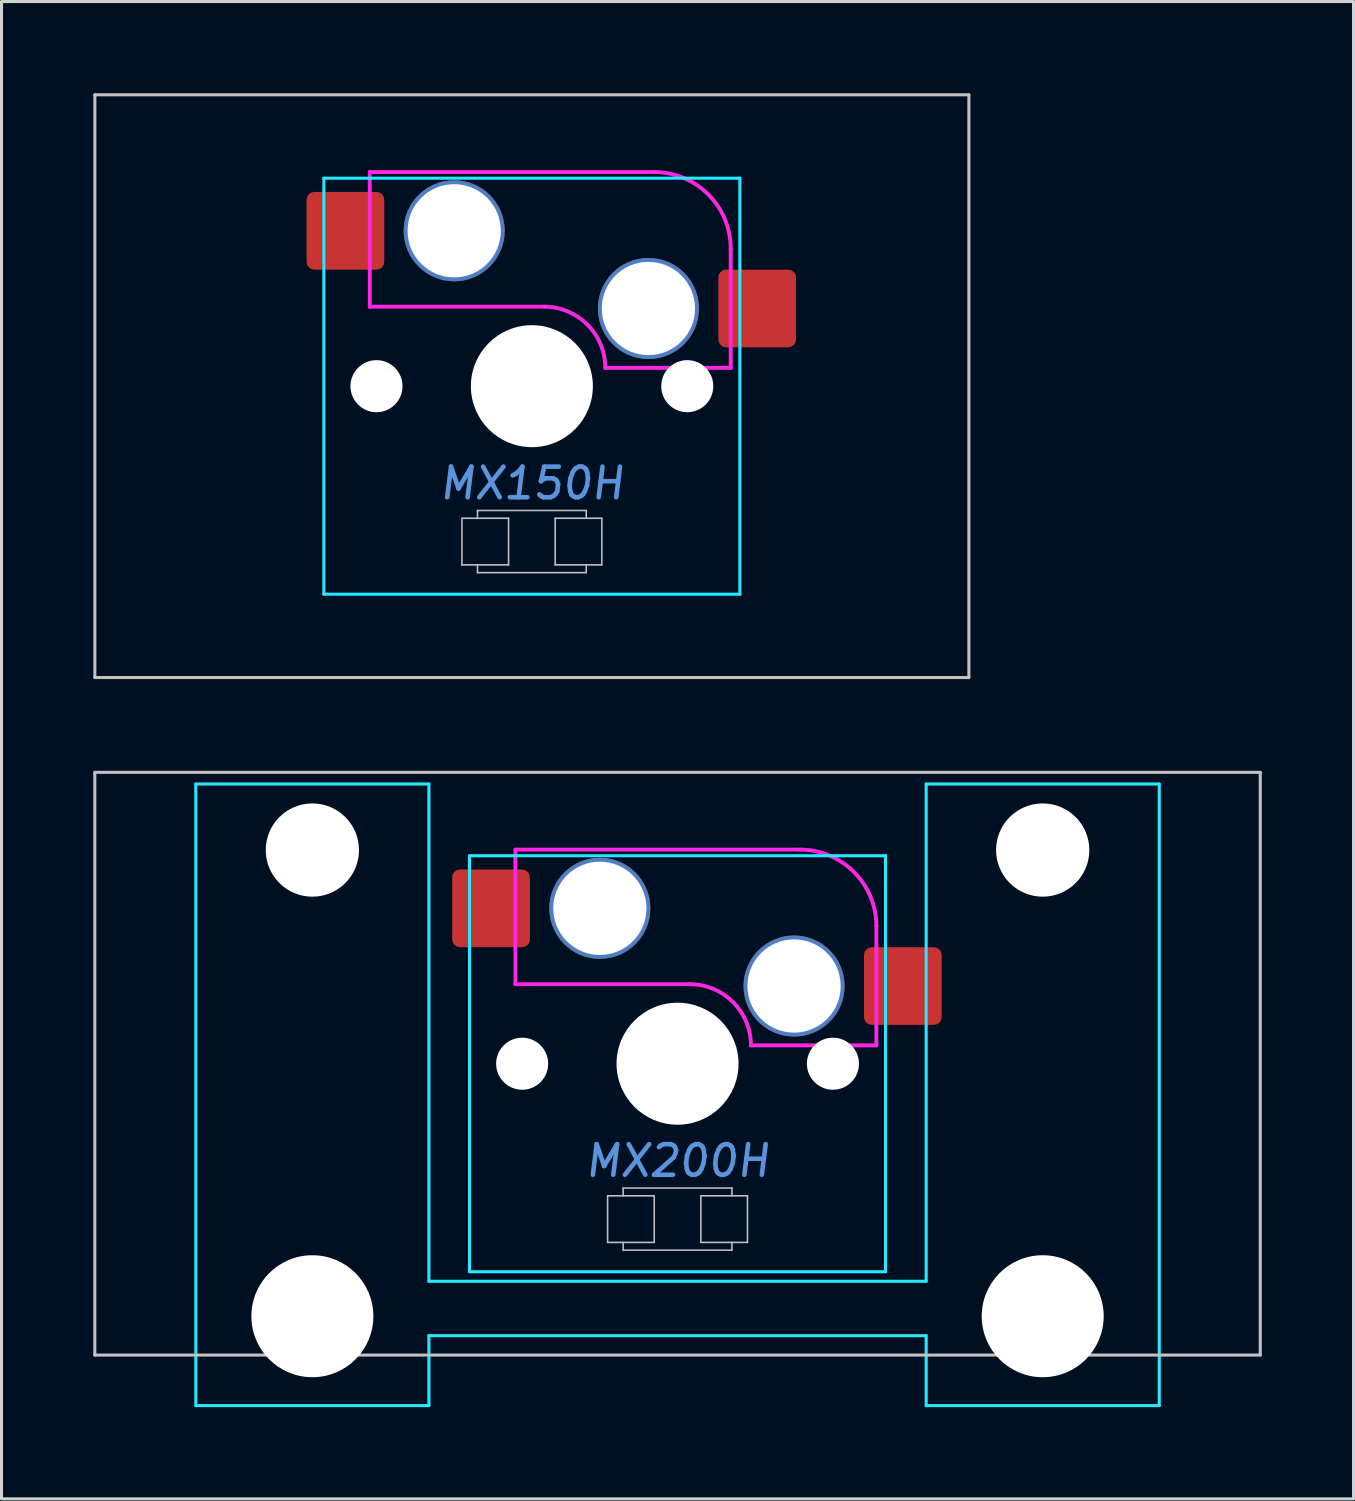
<source format=kicad_pcb>
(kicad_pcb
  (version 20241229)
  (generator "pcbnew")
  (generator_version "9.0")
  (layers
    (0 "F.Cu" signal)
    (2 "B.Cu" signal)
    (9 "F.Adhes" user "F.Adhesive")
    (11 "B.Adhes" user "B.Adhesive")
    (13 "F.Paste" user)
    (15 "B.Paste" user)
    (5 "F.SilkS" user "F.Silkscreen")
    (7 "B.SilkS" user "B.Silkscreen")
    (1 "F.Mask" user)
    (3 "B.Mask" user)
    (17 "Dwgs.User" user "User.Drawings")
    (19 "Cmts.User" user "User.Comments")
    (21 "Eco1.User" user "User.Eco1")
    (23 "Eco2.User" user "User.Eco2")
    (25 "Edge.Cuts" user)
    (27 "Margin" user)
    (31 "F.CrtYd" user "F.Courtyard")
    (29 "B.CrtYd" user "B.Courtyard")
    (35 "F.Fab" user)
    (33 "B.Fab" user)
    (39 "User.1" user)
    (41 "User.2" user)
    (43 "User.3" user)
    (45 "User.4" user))
  (footprint "MX200H"
    (layer "F.Cu")
    (at 19.1 31.725)
    (property "Reference" "MX200H" (at 0 3.175 0) (layer "Cmts.User") (effects (font (size 1 1) (thickness 0.15) (italic yes))))
    (attr smd)
    (fp_line (start -19.05 -9.525) (end -19.05 9.525) (stroke (width 0.1) (type solid)) (layer "Dwgs.User"))
    (fp_line (start -19.05 -9.525) (end 19.05 -9.525) (stroke (width 0.1) (type solid)) (layer "Dwgs.User"))
    (fp_line (start -19.05 9.525) (end 19.05 9.525) (stroke (width 0.1) (type solid)) (layer "Dwgs.User"))
    (fp_line (start -2.286 4.318) (end -0.762 4.318) (stroke (width 0.051) (type solid)) (layer "Dwgs.User"))
    (fp_line (start -2.286 5.842) (end -2.286 4.318) (stroke (width 0.051) (type solid)) (layer "Dwgs.User"))
    (fp_line (start -1.778 4.064) (end 1.778 4.064) (stroke (width 0.051) (type solid)) (layer "Dwgs.User"))
    (fp_line (start -1.778 4.318) (end -1.778 4.064) (stroke (width 0.051) (type solid)) (layer "Dwgs.User"))
    (fp_line (start -1.778 6.096) (end -1.778 5.842) (stroke (width 0.051) (type solid)) (layer "Dwgs.User"))
    (fp_line (start -0.762 4.318) (end -0.762 5.842) (stroke (width 0.051) (type solid)) (layer "Dwgs.User"))
    (fp_line (start -0.762 5.842) (end -2.286 5.842) (stroke (width 0.051) (type solid)) (layer "Dwgs.User"))
    (fp_line (start 0.762 4.318) (end 2.286 4.318) (stroke (width 0.051) (type solid)) (layer "Dwgs.User"))
    (fp_line (start 0.762 5.842) (end 0.762 4.318) (stroke (width 0.051) (type solid)) (layer "Dwgs.User"))
    (fp_line (start 1.778 4.064) (end 1.778 4.318) (stroke (width 0.051) (type solid)) (layer "Dwgs.User"))
    (fp_line (start 1.778 5.842) (end 1.778 6.096) (stroke (width 0.051) (type solid)) (layer "Dwgs.User"))
    (fp_line (start 1.778 6.096) (end -1.778 6.096) (stroke (width 0.051) (type solid)) (layer "Dwgs.User"))
    (fp_line (start 2.286 4.318) (end 2.286 5.842) (stroke (width 0.051) (type solid)) (layer "Dwgs.User"))
    (fp_line (start 2.286 5.842) (end 0.762 5.842) (stroke (width 0.051) (type solid)) (layer "Dwgs.User"))
    (fp_line (start 19.05 -9.525) (end 19.05 9.525) (stroke (width 0.1) (type solid)) (layer "Dwgs.User"))
    (fp_line (start -15.438 -5.485) (end -15.438 8.515) (stroke (width 0.1) (type solid)) (layer "Eco1.User"))
    (fp_line (start -14.938 -5.985) (end -8.938 -5.985) (stroke (width 0.1) (type solid)) (layer "Eco1.User"))
    (fp_line (start -8.938 9.015) (end -14.938 9.015) (stroke (width 0.1) (type solid)) (layer "Eco1.User"))
    (fp_line (start -8.438 8.515) (end -8.438 -5.485) (stroke (width 0.1) (type solid)) (layer "Eco1.User"))
    (fp_line (start -7 -6.5) (end -7 6.5) (stroke (width 0.1) (type solid)) (layer "Eco1.User"))
    (fp_line (start -6.5 7) (end 6.5 7) (stroke (width 0.1) (type solid)) (layer "Eco1.User"))
    (fp_line (start 6.5 -7) (end -6.5 -7) (stroke (width 0.1) (type solid)) (layer "Eco1.User"))
    (fp_line (start 7 6.5) (end 7 -6.5) (stroke (width 0.1) (type solid)) (layer "Eco1.User"))
    (fp_line (start 8.438 -5.485) (end 8.438 8.515) (stroke (width 0.1) (type solid)) (layer "Eco1.User"))
    (fp_line (start 8.938 -5.985) (end 14.938 -5.985) (stroke (width 0.1) (type solid)) (layer "Eco1.User"))
    (fp_line (start 14.938 9.015) (end 8.938 9.015) (stroke (width 0.1) (type solid)) (layer "Eco1.User"))
    (fp_line (start 15.438 8.515) (end 15.438 -5.485) (stroke (width 0.1) (type solid)) (layer "Eco1.User"))
    (fp_arc (start -15.438 -5.485) (mid -15.291553 -5.838553) (end -14.938 -5.985) (stroke (width 0.1) (type solid)) (layer "Eco1.User"))
    (fp_arc (start -14.938 9.015) (mid -15.291553 8.868553) (end -15.438 8.515) (stroke (width 0.1) (type solid)) (layer "Eco1.User"))
    (fp_arc (start -8.938 -5.985) (mid -8.584447 -5.838553) (end -8.438 -5.485) (stroke (width 0.1) (type solid)) (layer "Eco1.User"))
    (fp_arc (start -8.438 8.515) (mid -8.584447 8.868553) (end -8.938 9.015) (stroke (width 0.1) (type solid)) (layer "Eco1.User"))
    (fp_arc (start -7 -6.5) (mid -6.853553 -6.853553) (end -6.5 -7) (stroke (width 0.1) (type solid)) (layer "Eco1.User"))
    (fp_arc (start -6.5 7) (mid -6.853553 6.853553) (end -7 6.5) (stroke (width 0.1) (type solid)) (layer "Eco1.User"))
    (fp_arc (start 6.5 -7) (mid 6.853553 -6.853553) (end 7 -6.5) (stroke (width 0.1) (type solid)) (layer "Eco1.User"))
    (fp_arc (start 7 6.5) (mid 6.853553 6.853553) (end 6.5 7) (stroke (width 0.1) (type solid)) (layer "Eco1.User"))
    (fp_arc (start 8.438 -5.485) (mid 8.584447 -5.838553) (end 8.938 -5.985) (stroke (width 0.1) (type solid)) (layer "Eco1.User"))
    (fp_arc (start 8.938 9.015) (mid 8.584447 8.868553) (end 8.438 8.515) (stroke (width 0.1) (type solid)) (layer "Eco1.User"))
    (fp_arc (start 14.938 -5.985) (mid 15.291553 -5.838553) (end 15.438 -5.485) (stroke (width 0.1) (type solid)) (layer "Eco1.User"))
    (fp_arc (start 15.438 8.515) (mid 15.291553 8.868553) (end 14.938 9.015) (stroke (width 0.1) (type solid)) (layer "Eco1.User"))
    (fp_line (start -15.748 -9.144) (end -15.748 11.176) (stroke (width 0.1) (type solid)) (layer "B.CrtYd"))
    (fp_line (start -15.748 11.176) (end -8.128 11.176) (stroke (width 0.1) (type solid)) (layer "B.CrtYd"))
    (fp_line (start -8.128 -9.144) (end -15.748 -9.144) (stroke (width 0.1) (type solid)) (layer "B.CrtYd"))
    (fp_line (start -8.128 7.112) (end -8.128 -9.144) (stroke (width 0.1) (type solid)) (layer "B.CrtYd"))
    (fp_line (start -8.128 7.112) (end 8.128 7.112) (stroke (width 0.1) (type solid)) (layer "B.CrtYd"))
    (fp_line (start -8.128 8.89) (end -8.128 11.176) (stroke (width 0.1) (type solid)) (layer "B.CrtYd"))
    (fp_line (start -8.128 8.89) (end 8.128 8.89) (stroke (width 0.1) (type solid)) (layer "B.CrtYd"))
    (fp_line (start -6.8 -6.8) (end -6.8 6.8) (stroke (width 0.1) (type solid)) (layer "B.CrtYd"))
    (fp_line (start 6.8 -6.8) (end -6.8 -6.8) (stroke (width 0.1) (type solid)) (layer "B.CrtYd"))
    (fp_line (start 6.8 -6.8) (end 6.8 6.8) (stroke (width 0.1) (type solid)) (layer "B.CrtYd"))
    (fp_line (start 6.8 6.8) (end -6.8 6.8) (stroke (width 0.1) (type solid)) (layer "B.CrtYd"))
    (fp_line (start 8.128 7.112) (end 8.128 -9.144) (stroke (width 0.1) (type solid)) (layer "B.CrtYd"))
    (fp_line (start 8.128 8.89) (end 8.128 11.176) (stroke (width 0.1) (type solid)) (layer "B.CrtYd"))
    (fp_line (start 8.128 11.176) (end 15.748 11.176) (stroke (width 0.1) (type solid)) (layer "B.CrtYd"))
    (fp_line (start 15.748 -9.144) (end 8.128 -9.144) (stroke (width 0.1) (type solid)) (layer "B.CrtYd"))
    (fp_line (start 15.748 11.176) (end 15.748 -9.144) (stroke (width 0.1) (type solid)) (layer "B.CrtYd"))
    (fp_line (start -5.3 -7) (end -5.3 -2.6) (stroke (width 0.127) (type solid)) (layer "F.CrtYd"))
    (fp_line (start -5.3 -7) (end 4 -7) (stroke (width 0.127) (type solid)) (layer "F.CrtYd"))
    (fp_line (start 0.4 -2.6) (end -5.3 -2.6) (stroke (width 0.127) (type solid)) (layer "F.CrtYd"))
    (fp_line (start 6.5 -4.5) (end 6.5 -0.6) (stroke (width 0.127) (type solid)) (layer "F.CrtYd"))
    (fp_line (start 6.5 -0.6) (end 2.4 -0.6) (stroke (width 0.127) (type solid)) (layer "F.CrtYd"))
    (fp_arc (start 0.4 -2.6) (mid 1.814214 -2.014214) (end 2.4 -0.6) (stroke (width 0.127) (type solid)) (layer "F.CrtYd"))
    (fp_arc (start 4 -7) (mid 5.767767 -6.267767) (end 6.5 -4.5) (stroke (width 0.127) (type solid)) (layer "F.CrtYd"))
    (pad "" np_thru_hole circle (at -11.938 -6.985) (size 3.048 3.048) (drill 3.048) (layers "*.Cu" "*.Mask"))
    (pad "" np_thru_hole circle (at -11.938 8.255) (size 3.988 3.988) (drill 3.988) (layers "*.Cu" "*.Mask"))
    (pad "" np_thru_hole circle (at -5.08 0) (size 1.702 1.702) (drill 1.702) (layers "*.Cu" "*.Mask"))
    (pad "" np_thru_hole circle (at -2.54 -5.08) (size 3.302 3.302) (drill 3.048) (layers "*.Cu" "*.Mask"))
    (pad "" np_thru_hole circle (at 0 0) (size 3.988 3.988) (drill 3.988) (layers "*.Cu" "*.Mask"))
    (pad "" np_thru_hole circle (at 3.81 -2.54) (size 3.302 3.302) (drill 3.048) (layers "*.Cu" "*.Mask"))
    (pad "" np_thru_hole circle (at 5.08 0) (size 1.702 1.702) (drill 1.702) (layers "*.Cu" "*.Mask"))
    (pad "" np_thru_hole circle (at 11.938 -6.985) (size 3.048 3.048) (drill 3.048) (layers "*.Cu" "*.Mask"))
    (pad "" np_thru_hole circle (at 11.938 8.255) (size 3.988 3.988) (drill 3.988) (layers "*.Cu" "*.Mask"))
    (pad "1" smd roundrect (at -6.096 -5.08) (size 2.54 2.54) (layers "F.Cu" "F.Mask") (roundrect_rratio 0.1))
    (pad "2" smd roundrect (at 7.366 -2.54) (size 2.54 2.54) (layers "F.Cu" "F.Mask") (roundrect_rratio 0.1)))
  (footprint "MX150H"
    (layer "F.Cu")
    (at 14.338 9.575)
    (property "Reference" "MX150H" (at 0 3.175 0) (layer "Cmts.User") (effects (font (size 1 1) (thickness 0.15) (italic yes))))
    (attr smd)
    (fp_line (start -14.287 -9.525) (end -14.287 9.525) (stroke (width 0.1) (type solid)) (layer "Dwgs.User"))
    (fp_line (start -14.287 -9.525) (end 14.287 -9.525) (stroke (width 0.1) (type solid)) (layer "Dwgs.User"))
    (fp_line (start -14.287 9.525) (end 14.287 9.525) (stroke (width 0.1) (type solid)) (layer "Dwgs.User"))
    (fp_line (start -2.286 4.318) (end -2.286 5.842) (stroke (width 0.051) (type solid)) (layer "Dwgs.User"))
    (fp_line (start -2.286 5.842) (end -0.762 5.842) (stroke (width 0.051) (type solid)) (layer "Dwgs.User"))
    (fp_line (start -1.778 4.064) (end -1.778 4.318) (stroke (width 0.051) (type solid)) (layer "Dwgs.User"))
    (fp_line (start -1.778 6.096) (end -1.778 5.842) (stroke (width 0.051) (type solid)) (layer "Dwgs.User"))
    (fp_line (start -1.778 6.096) (end 1.778 6.096) (stroke (width 0.051) (type solid)) (layer "Dwgs.User"))
    (fp_line (start -0.762 4.318) (end -2.286 4.318) (stroke (width 0.051) (type solid)) (layer "Dwgs.User"))
    (fp_line (start -0.762 5.842) (end -0.762 4.318) (stroke (width 0.051) (type solid)) (layer "Dwgs.User"))
    (fp_line (start 0.762 4.318) (end 2.286 4.318) (stroke (width 0.051) (type solid)) (layer "Dwgs.User"))
    (fp_line (start 0.762 5.842) (end 0.762 4.318) (stroke (width 0.051) (type solid)) (layer "Dwgs.User"))
    (fp_line (start 1.778 4.064) (end -1.778 4.064) (stroke (width 0.051) (type solid)) (layer "Dwgs.User"))
    (fp_line (start 1.778 4.318) (end 1.778 4.064) (stroke (width 0.051) (type solid)) (layer "Dwgs.User"))
    (fp_line (start 1.778 6.096) (end 1.778 5.842) (stroke (width 0.051) (type solid)) (layer "Dwgs.User"))
    (fp_line (start 2.286 4.318) (end 2.286 5.842) (stroke (width 0.051) (type solid)) (layer "Dwgs.User"))
    (fp_line (start 2.286 5.842) (end 0.762 5.842) (stroke (width 0.051) (type solid)) (layer "Dwgs.User"))
    (fp_line (start 14.287 9.525) (end 14.287 -9.525) (stroke (width 0.1) (type solid)) (layer "Dwgs.User"))
    (fp_line (start -7 -6.5) (end -7 6.5) (stroke (width 0.1) (type solid)) (layer "Eco1.User"))
    (fp_line (start -6.5 7) (end 6.5 7) (stroke (width 0.1) (type solid)) (layer "Eco1.User"))
    (fp_line (start 6.5 -7) (end -6.5 -7) (stroke (width 0.1) (type solid)) (layer "Eco1.User"))
    (fp_line (start 7 6.5) (end 7 -6.5) (stroke (width 0.1) (type solid)) (layer "Eco1.User"))
    (fp_arc (start -7 -6.5) (mid -6.853553 -6.853553) (end -6.5 -7) (stroke (width 0.1) (type solid)) (layer "Eco1.User"))
    (fp_arc (start -6.5 7) (mid -6.853553 6.853553) (end -7 6.5) (stroke (width 0.1) (type solid)) (layer "Eco1.User"))
    (fp_arc (start 6.5 -7) (mid 6.853553 -6.853553) (end 7 -6.5) (stroke (width 0.1) (type solid)) (layer "Eco1.User"))
    (fp_arc (start 7 6.5) (mid 6.853553 6.853553) (end 6.5 7) (stroke (width 0.1) (type solid)) (layer "Eco1.User"))
    (fp_line (start -6.8 -6.8) (end -6.8 6.8) (stroke (width 0.1) (type solid)) (layer "B.CrtYd"))
    (fp_line (start -6.8 -6.8) (end 6.8 -6.8) (stroke (width 0.1) (type solid)) (layer "B.CrtYd"))
    (fp_line (start 6.8 6.8) (end -6.8 6.8) (stroke (width 0.1) (type solid)) (layer "B.CrtYd"))
    (fp_line (start 6.8 6.8) (end 6.8 -6.8) (stroke (width 0.1) (type solid)) (layer "B.CrtYd"))
    (fp_line (start -5.3 -7) (end -5.3 -2.6) (stroke (width 0.127) (type solid)) (layer "F.CrtYd"))
    (fp_line (start -5.3 -7) (end 4 -7) (stroke (width 0.127) (type solid)) (layer "F.CrtYd"))
    (fp_line (start 0.4 -2.6) (end -5.3 -2.6) (stroke (width 0.127) (type solid)) (layer "F.CrtYd"))
    (fp_line (start 6.5 -4.5) (end 6.5 -0.6) (stroke (width 0.127) (type solid)) (layer "F.CrtYd"))
    (fp_line (start 6.5 -0.6) (end 2.4 -0.6) (stroke (width 0.127) (type solid)) (layer "F.CrtYd"))
    (fp_arc (start 0.4 -2.6) (mid 1.814214 -2.014214) (end 2.4 -0.6) (stroke (width 0.127) (type solid)) (layer "F.CrtYd"))
    (fp_arc (start 4 -7) (mid 5.767767 -6.267767) (end 6.5 -4.5) (stroke (width 0.127) (type solid)) (layer "F.CrtYd"))
    (pad "" np_thru_hole circle (at -5.08 0) (size 1.702 1.702) (drill 1.702) (layers "*.Cu" "*.Mask"))
    (pad "" np_thru_hole circle (at -2.54 -5.08) (size 3.302 3.302) (drill 3.048) (layers "*.Cu" "*.Mask"))
    (pad "" np_thru_hole circle (at 0 0) (size 3.988 3.988) (drill 3.988) (layers "*.Cu" "*.Mask"))
    (pad "" np_thru_hole circle (at 3.81 -2.54 90) (size 3.302 3.302) (drill 3.048) (layers "*.Cu" "*.Mask"))
    (pad "" np_thru_hole circle (at 5.08 0) (size 1.702 1.702) (drill 1.702) (layers "*.Cu" "*.Mask"))
    (pad "1" smd roundrect (at -6.096 -5.08) (size 2.54 2.54) (layers "F.Cu" "F.Mask") (roundrect_rratio 0.1))
    (pad "2" smd roundrect (at 7.366 -2.54) (size 2.54 2.54) (layers "F.Cu" "F.Mask") (roundrect_rratio 0.1)))
  (gr_rect
    (start -3 -3)
    (end 41.2 45.951)
    (stroke (width 0.1) (type default))
    (fill no)
    (layer "Edge.Cuts")))
</source>
